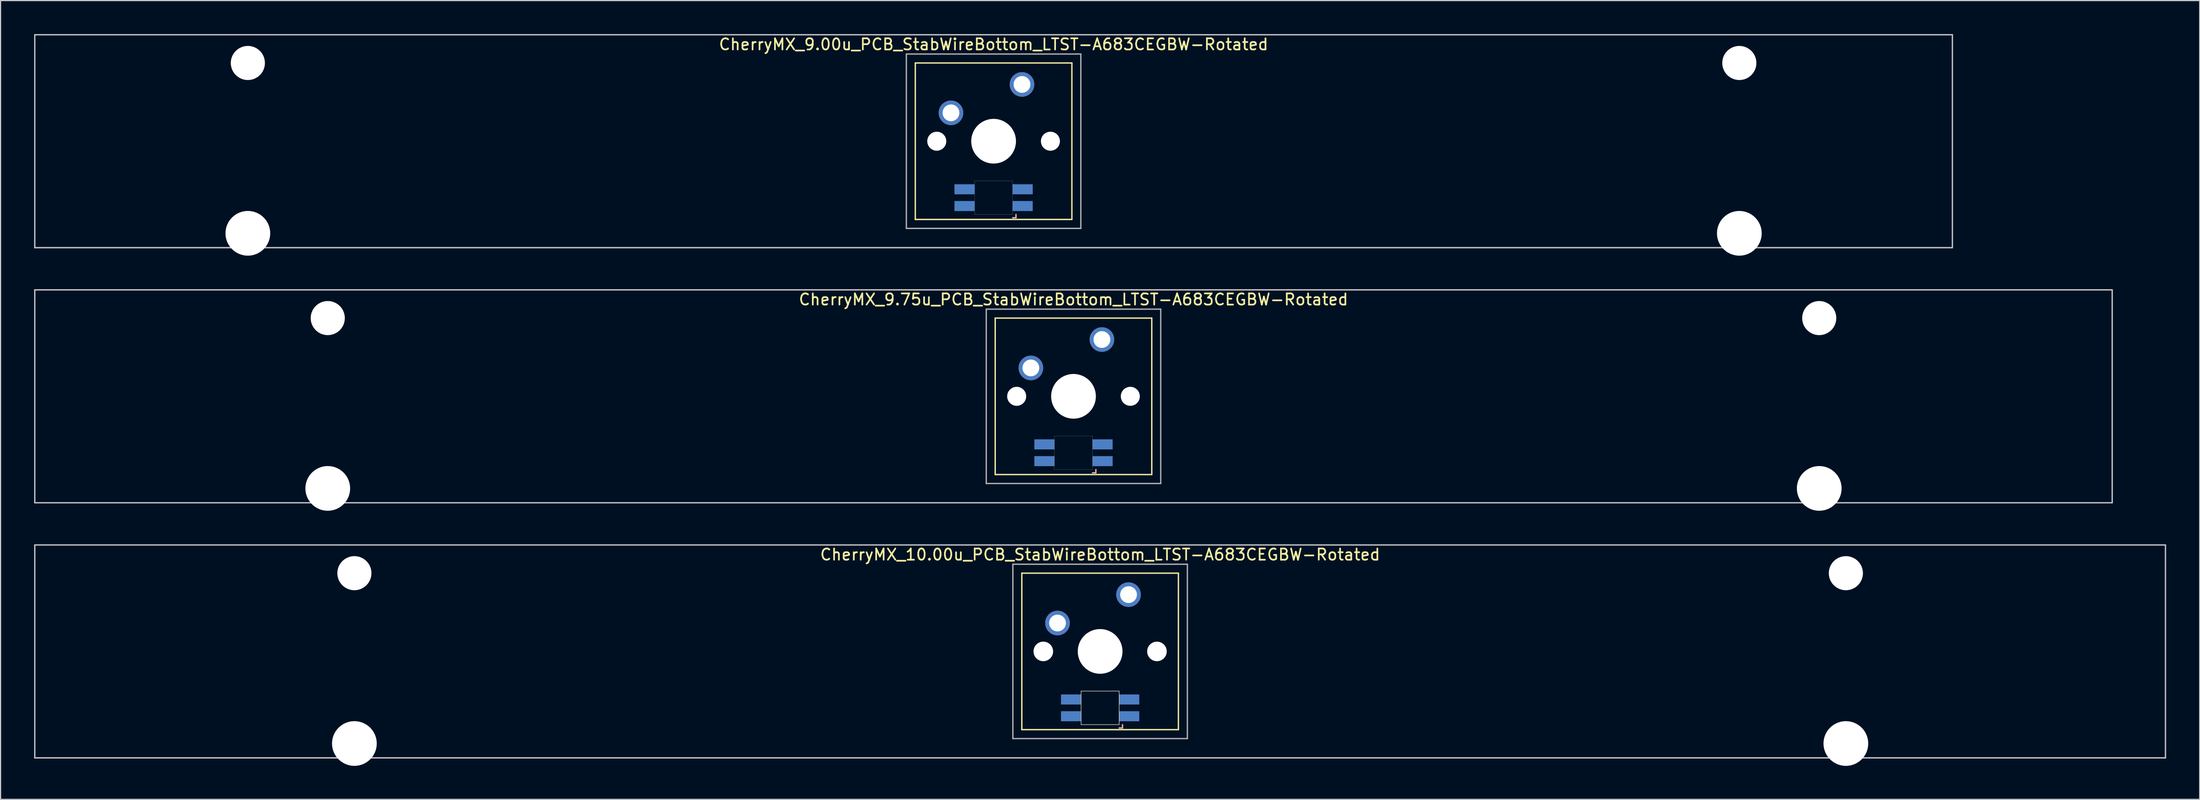
<source format=kicad_pcb>
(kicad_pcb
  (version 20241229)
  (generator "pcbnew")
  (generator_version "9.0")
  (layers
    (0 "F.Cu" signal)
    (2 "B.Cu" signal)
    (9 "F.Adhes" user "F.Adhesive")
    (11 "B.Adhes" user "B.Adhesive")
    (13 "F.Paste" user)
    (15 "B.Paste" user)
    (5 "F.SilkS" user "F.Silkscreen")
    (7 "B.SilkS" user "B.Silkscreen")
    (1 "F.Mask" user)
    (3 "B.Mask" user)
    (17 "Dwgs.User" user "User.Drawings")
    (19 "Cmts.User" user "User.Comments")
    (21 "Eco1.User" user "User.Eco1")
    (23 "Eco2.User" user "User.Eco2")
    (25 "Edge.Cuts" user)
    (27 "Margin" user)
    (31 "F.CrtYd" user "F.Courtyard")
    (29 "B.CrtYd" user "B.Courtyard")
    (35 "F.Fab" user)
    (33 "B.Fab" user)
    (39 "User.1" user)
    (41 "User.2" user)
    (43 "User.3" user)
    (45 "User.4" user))
  (footprint "CherryMX_10.00u_PCB_StabWireBottom_LTST-A683CEGBW-Rotated"
    (layer "F.Cu")
    (at 95.31 55.235)
    (property "Reference" "CherryMX_10.00u_PCB_StabWireBottom_LTST-A683CEGBW-Rotated" (at 0 -8.662 0) (layer "F.SilkS") (effects (font (size 1 1) (thickness 0.15))))
    (attr through_hole)
    (fp_line (start -7 -7) (end -7 7) (stroke (width 0.12) (type solid)) (layer "F.SilkS"))
    (fp_line (start -7 -7) (end 7 -7) (stroke (width 0.12) (type solid)) (layer "F.SilkS"))
    (fp_line (start 7 -7) (end 7 7) (stroke (width 0.12) (type solid)) (layer "F.SilkS"))
    (fp_line (start 7 7) (end -7 7) (stroke (width 0.12) (type solid)) (layer "F.SilkS"))
    (fp_line (start 1.7 6.85) (end 2 6.85) (stroke (width 0.12) (type solid)) (layer "B.SilkS"))
    (fp_line (start 2 6.85) (end 2 6.55) (stroke (width 0.12) (type solid)) (layer "B.SilkS"))
    (fp_line (start -95.25 -9.525) (end 95.25 -9.525) (stroke (width 0.12) (type solid)) (layer "Dwgs.User"))
    (fp_line (start -95.25 9.525) (end -95.25 -9.525) (stroke (width 0.12) (type solid)) (layer "Dwgs.User"))
    (fp_line (start 95.25 -9.525) (end 95.25 9.525) (stroke (width 0.12) (type solid)) (layer "Dwgs.User"))
    (fp_line (start 95.25 9.525) (end -95.25 9.525) (stroke (width 0.12) (type solid)) (layer "Dwgs.User"))
    (fp_line (start -1.7 3.55) (end 1.7 3.55) (stroke (width 0.05) (type solid)) (layer "Edge.Cuts"))
    (fp_line (start -1.7 6.55) (end -1.7 3.55) (stroke (width 0.05) (type solid)) (layer "Edge.Cuts"))
    (fp_line (start 1.7 3.55) (end 1.7 6.55) (stroke (width 0.05) (type solid)) (layer "Edge.Cuts"))
    (fp_line (start 1.7 6.55) (end -1.7 6.55) (stroke (width 0.05) (type solid)) (layer "Edge.Cuts"))
    (fp_line (start -7.8 -7.8) (end -7.8 7.8) (stroke (width 0.12) (type solid)) (layer "F.Fab"))
    (fp_line (start -7.8 -7.8) (end 7.8 -7.8) (stroke (width 0.12) (type solid)) (layer "F.Fab"))
    (fp_line (start -7.8 7.8) (end 7.8 7.8) (stroke (width 0.12) (type solid)) (layer "F.Fab"))
    (fp_line (start 7.8 -7.8) (end 7.8 7.8) (stroke (width 0.12) (type solid)) (layer "F.Fab"))
    (pad "" np_thru_hole circle (at -66.675 -7) (size 3.05 3.05) (drill 3.05) (layers "*.Cu" "*.Mask"))
    (pad "" np_thru_hole circle (at -66.675 8.24) (size 4 4) (drill 4) (layers "*.Cu" "*.Mask"))
    (pad "" np_thru_hole circle (at -5.08 0) (size 1.75 1.75) (drill 1.75) (layers "*.Cu" "*.Mask"))
    (pad "" np_thru_hole circle (at 0 0) (size 4 4) (drill 4) (layers "*.Cu" "*.Mask"))
    (pad "" np_thru_hole circle (at 5.08 0) (size 1.75 1.75) (drill 1.75) (layers "*.Cu" "*.Mask"))
    (pad "" np_thru_hole circle (at 66.675 -7) (size 3.05 3.05) (drill 3.05) (layers "*.Cu" "*.Mask"))
    (pad "" np_thru_hole circle (at 66.675 8.24) (size 4 4) (drill 4) (layers "*.Cu" "*.Mask"))
    (pad "1" thru_hole circle (at -3.81 -2.54) (size 2.2 2.2) (drill 1.5) (layers "*.Cu" "*.Mask"))
    (pad "2" thru_hole circle (at 2.54 -5.08) (size 2.2 2.2) (drill 1.5) (layers "*.Cu" "*.Mask"))
    (pad "3" smd rect (at 2.6 5.8 180) (size 1.8 0.9) (layers "B.Cu" "B.Mask" "B.Paste"))
    (pad "4" smd rect (at 2.6 4.3 180) (size 1.8 0.9) (layers "B.Cu" "B.Mask" "B.Paste"))
    (pad "5" smd rect (at -2.6 5.8 180) (size 1.8 0.9) (layers "B.Cu" "B.Mask" "B.Paste"))
    (pad "6" smd rect (at -2.6 4.3 180) (size 1.8 0.9) (layers "B.Cu" "B.Mask" "B.Paste")))
  (footprint "CherryMX_9.00u_PCB_StabWireBottom_LTST-A683CEGBW-Rotated"
    (layer "F.Cu")
    (at 85.785 9.585)
    (property "Reference" "CherryMX_9.00u_PCB_StabWireBottom_LTST-A683CEGBW-Rotated" (at 0 -8.662 0) (layer "F.SilkS") (effects (font (size 1 1) (thickness 0.15))))
    (attr through_hole)
    (fp_line (start -7 -7) (end -7 7) (stroke (width 0.12) (type solid)) (layer "F.SilkS"))
    (fp_line (start -7 -7) (end 7 -7) (stroke (width 0.12) (type solid)) (layer "F.SilkS"))
    (fp_line (start 7 -7) (end 7 7) (stroke (width 0.12) (type solid)) (layer "F.SilkS"))
    (fp_line (start 7 7) (end -7 7) (stroke (width 0.12) (type solid)) (layer "F.SilkS"))
    (fp_line (start 1.7 6.85) (end 2 6.85) (stroke (width 0.12) (type solid)) (layer "B.SilkS"))
    (fp_line (start 2 6.85) (end 2 6.55) (stroke (width 0.12) (type solid)) (layer "B.SilkS"))
    (fp_line (start -85.725 -9.525) (end 85.725 -9.525) (stroke (width 0.12) (type solid)) (layer "Dwgs.User"))
    (fp_line (start -85.725 9.525) (end -85.725 -9.525) (stroke (width 0.12) (type solid)) (layer "Dwgs.User"))
    (fp_line (start 85.725 -9.525) (end 85.725 9.525) (stroke (width 0.12) (type solid)) (layer "Dwgs.User"))
    (fp_line (start 85.725 9.525) (end -85.725 9.525) (stroke (width 0.12) (type solid)) (layer "Dwgs.User"))
    (fp_poly (pts (xy -1.7 3.55) (xy 1.7 3.55) (xy 1.7 6.55) (xy -1.7 6.55)) (stroke (width 0.01) (type solid)) (fill no) (layer "Edge.Cuts"))
    (fp_line (start -7.8 -7.8) (end -7.8 7.8) (stroke (width 0.12) (type solid)) (layer "F.Fab"))
    (fp_line (start -7.8 -7.8) (end 7.8 -7.8) (stroke (width 0.12) (type solid)) (layer "F.Fab"))
    (fp_line (start -7.8 7.8) (end 7.8 7.8) (stroke (width 0.12) (type solid)) (layer "F.Fab"))
    (fp_line (start 7.8 -7.8) (end 7.8 7.8) (stroke (width 0.12) (type solid)) (layer "F.Fab"))
    (pad "" np_thru_hole circle (at -66.675 -7) (size 3.05 3.05) (drill 3.05) (layers "*.Cu" "*.Mask"))
    (pad "" np_thru_hole circle (at -66.675 8.24) (size 4 4) (drill 4) (layers "*.Cu" "*.Mask"))
    (pad "" np_thru_hole circle (at -5.08 0) (size 1.7 1.7) (drill 1.7) (layers "*.Cu" "*.Mask"))
    (pad "" np_thru_hole circle (at 0 0) (size 4 4) (drill 4) (layers "*.Cu" "*.Mask"))
    (pad "" np_thru_hole circle (at 5.08 0) (size 1.7 1.7) (drill 1.7) (layers "*.Cu" "*.Mask"))
    (pad "" np_thru_hole circle (at 66.675 -7) (size 3.05 3.05) (drill 3.05) (layers "*.Cu" "*.Mask"))
    (pad "" np_thru_hole circle (at 66.675 8.24) (size 4 4) (drill 4) (layers "*.Cu" "*.Mask"))
    (pad "1" thru_hole circle (at -3.81 -2.54) (size 2.2 2.2) (drill 1.5) (layers "*.Cu" "*.Mask"))
    (pad "2" thru_hole circle (at 2.54 -5.08) (size 2.2 2.2) (drill 1.5) (layers "*.Cu" "*.Mask"))
    (pad "3" smd rect (at 2.6 5.8 180) (size 1.8 0.9) (layers "B.Cu" "B.Mask" "B.Paste"))
    (pad "4" smd rect (at 2.6 4.3 180) (size 1.8 0.9) (layers "B.Cu" "B.Mask" "B.Paste"))
    (pad "5" smd rect (at -2.6 5.8 180) (size 1.8 0.9) (layers "B.Cu" "B.Mask" "B.Paste"))
    (pad "6" smd rect (at -2.6 4.3 180) (size 1.8 0.9) (layers "B.Cu" "B.Mask" "B.Paste")))
  (footprint "CherryMX_9.75u_PCB_StabWireBottom_LTST-A683CEGBW-Rotated"
    (layer "F.Cu")
    (at 92.929 32.41)
    (property "Reference" "CherryMX_9.75u_PCB_StabWireBottom_LTST-A683CEGBW-Rotated" (at 0 -8.662 0) (layer "F.SilkS") (effects (font (size 1 1) (thickness 0.15))))
    (attr through_hole)
    (fp_line (start -7 -7) (end -7 7) (stroke (width 0.12) (type solid)) (layer "F.SilkS"))
    (fp_line (start -7 -7) (end 7 -7) (stroke (width 0.12) (type solid)) (layer "F.SilkS"))
    (fp_line (start 7 -7) (end 7 7) (stroke (width 0.12) (type solid)) (layer "F.SilkS"))
    (fp_line (start 7 7) (end -7 7) (stroke (width 0.12) (type solid)) (layer "F.SilkS"))
    (fp_line (start 1.7 6.85) (end 2 6.85) (stroke (width 0.12) (type solid)) (layer "B.SilkS"))
    (fp_line (start 2 6.85) (end 2 6.55) (stroke (width 0.12) (type solid)) (layer "B.SilkS"))
    (fp_line (start -92.869 -9.525) (end 92.869 -9.525) (stroke (width 0.12) (type solid)) (layer "Dwgs.User"))
    (fp_line (start -92.869 9.525) (end -92.869 -9.525) (stroke (width 0.12) (type solid)) (layer "Dwgs.User"))
    (fp_line (start 92.869 -9.525) (end 92.869 9.525) (stroke (width 0.12) (type solid)) (layer "Dwgs.User"))
    (fp_line (start 92.869 9.525) (end -92.869 9.525) (stroke (width 0.12) (type solid)) (layer "Dwgs.User"))
    (fp_poly (pts (xy -1.7 3.55) (xy 1.7 3.55) (xy 1.7 6.55) (xy -1.7 6.55)) (stroke (width 0.01) (type solid)) (fill no) (layer "Edge.Cuts"))
    (fp_line (start -7.8 -7.8) (end -7.8 7.8) (stroke (width 0.12) (type solid)) (layer "F.Fab"))
    (fp_line (start -7.8 -7.8) (end 7.8 -7.8) (stroke (width 0.12) (type solid)) (layer "F.Fab"))
    (fp_line (start -7.8 7.8) (end 7.8 7.8) (stroke (width 0.12) (type solid)) (layer "F.Fab"))
    (fp_line (start 7.8 -7.8) (end 7.8 7.8) (stroke (width 0.12) (type solid)) (layer "F.Fab"))
    (pad "" np_thru_hole circle (at -66.675 -7) (size 3.05 3.05) (drill 3.05) (layers "*.Cu" "*.Mask"))
    (pad "" np_thru_hole circle (at -66.675 8.24) (size 4 4) (drill 4) (layers "*.Cu" "*.Mask"))
    (pad "" np_thru_hole circle (at -5.08 0) (size 1.7 1.7) (drill 1.7) (layers "*.Cu" "*.Mask"))
    (pad "" np_thru_hole circle (at 0 0) (size 4 4) (drill 4) (layers "*.Cu" "*.Mask"))
    (pad "" np_thru_hole circle (at 5.08 0) (size 1.7 1.7) (drill 1.7) (layers "*.Cu" "*.Mask"))
    (pad "" np_thru_hole circle (at 66.675 -7) (size 3.05 3.05) (drill 3.05) (layers "*.Cu" "*.Mask"))
    (pad "" np_thru_hole circle (at 66.675 8.24) (size 4 4) (drill 4) (layers "*.Cu" "*.Mask"))
    (pad "1" thru_hole circle (at -3.81 -2.54) (size 2.2 2.2) (drill 1.5) (layers "*.Cu" "*.Mask"))
    (pad "2" thru_hole circle (at 2.54 -5.08) (size 2.2 2.2) (drill 1.5) (layers "*.Cu" "*.Mask"))
    (pad "3" smd rect (at 2.6 5.8 180) (size 1.8 0.9) (layers "B.Cu" "B.Mask" "B.Paste"))
    (pad "4" smd rect (at 2.6 4.3 180) (size 1.8 0.9) (layers "B.Cu" "B.Mask" "B.Paste"))
    (pad "5" smd rect (at -2.6 5.8 180) (size 1.8 0.9) (layers "B.Cu" "B.Mask" "B.Paste"))
    (pad "6" smd rect (at -2.6 4.3 180) (size 1.8 0.9) (layers "B.Cu" "B.Mask" "B.Paste")))
  (gr_rect
    (start -3 -3)
    (end 193.62 68.475)
    (stroke (width 0.1) (type default))
    (fill no)
    (layer "Edge.Cuts")))
</source>
